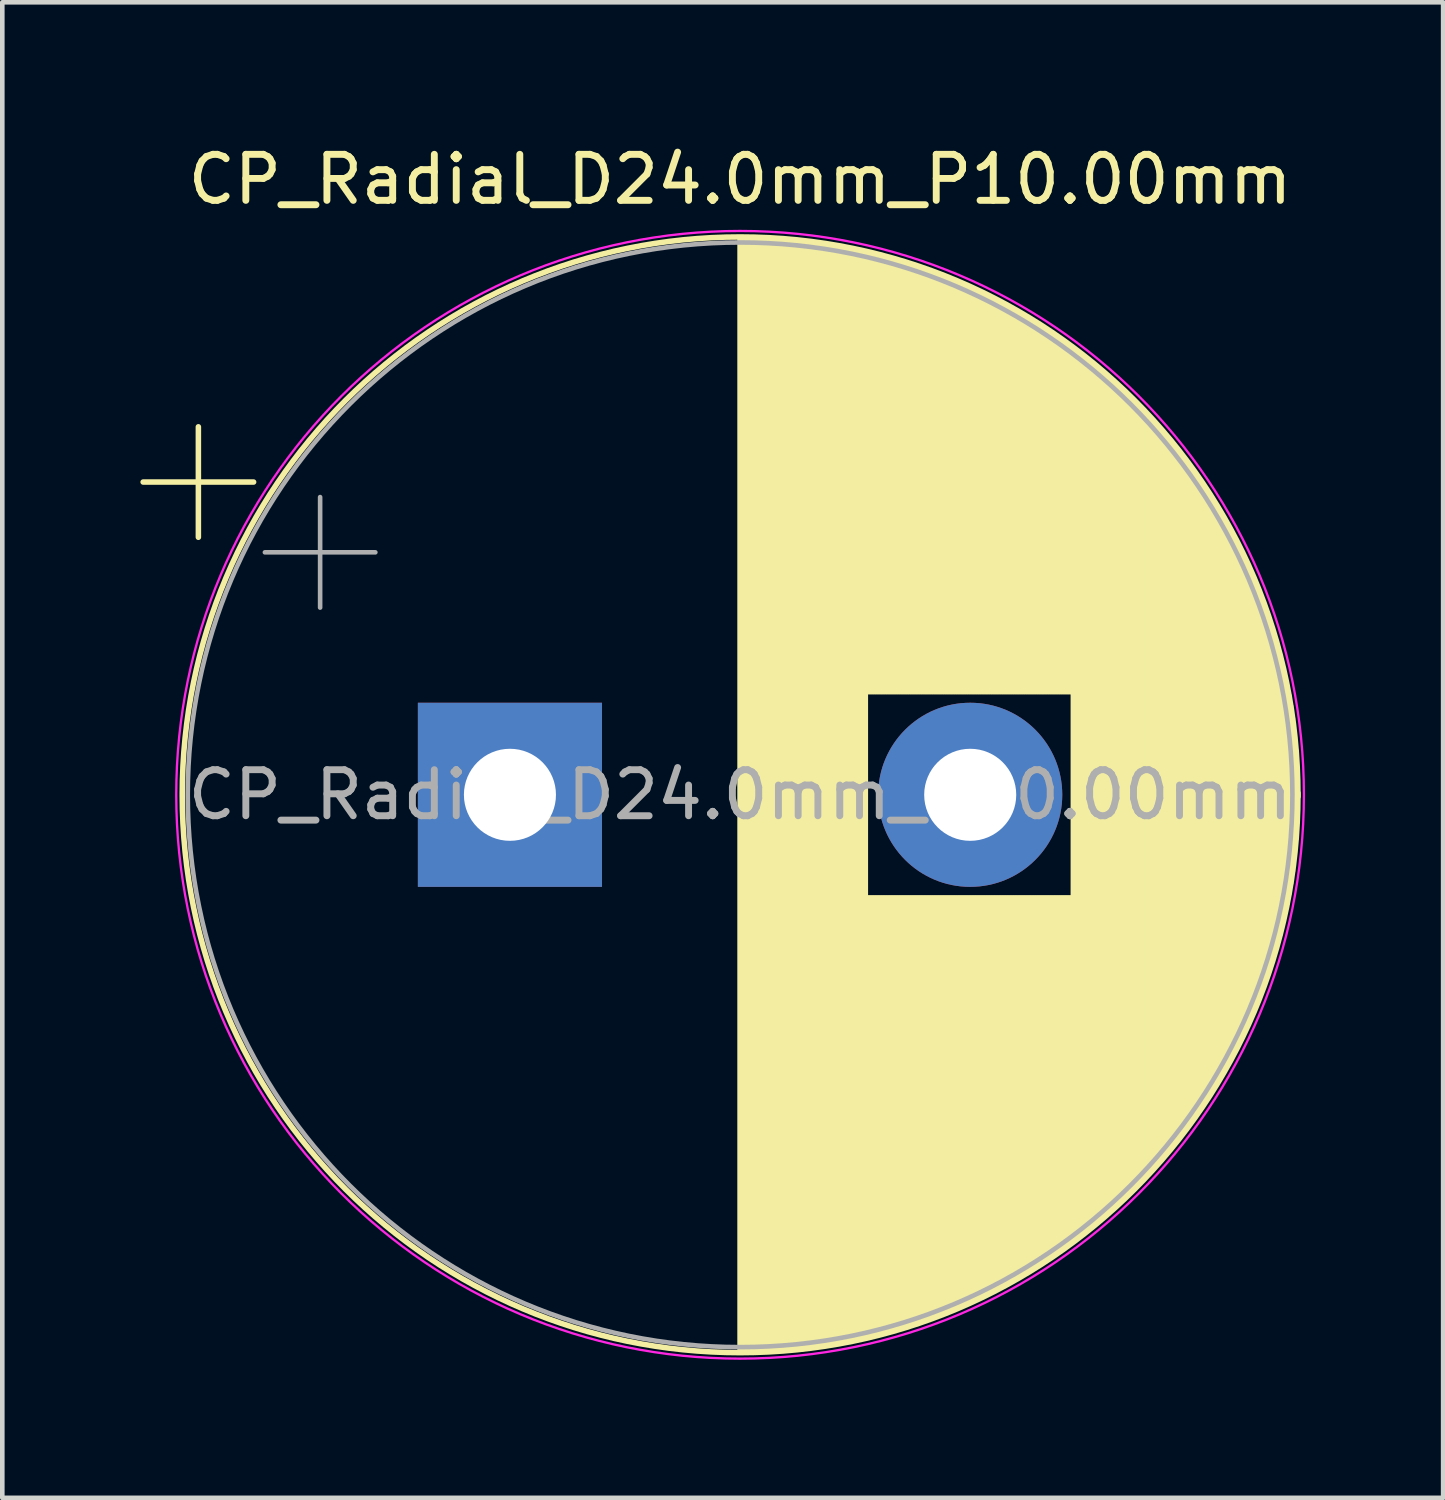
<source format=kicad_pcb>
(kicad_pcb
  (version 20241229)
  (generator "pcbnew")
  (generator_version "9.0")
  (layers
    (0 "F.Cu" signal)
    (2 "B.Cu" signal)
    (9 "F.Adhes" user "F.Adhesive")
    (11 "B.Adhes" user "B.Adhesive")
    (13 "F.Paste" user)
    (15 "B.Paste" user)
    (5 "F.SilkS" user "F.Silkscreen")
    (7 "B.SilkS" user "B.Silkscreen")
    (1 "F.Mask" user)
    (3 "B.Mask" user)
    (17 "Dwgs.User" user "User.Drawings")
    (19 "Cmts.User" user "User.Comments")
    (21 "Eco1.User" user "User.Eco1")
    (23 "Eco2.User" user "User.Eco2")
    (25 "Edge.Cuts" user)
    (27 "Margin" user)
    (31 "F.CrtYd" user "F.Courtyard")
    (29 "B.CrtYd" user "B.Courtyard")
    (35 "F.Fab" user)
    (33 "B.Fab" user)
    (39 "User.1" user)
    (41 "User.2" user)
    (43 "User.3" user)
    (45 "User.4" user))
  (footprint "CP_Radial_D24.0mm_P10.00mm"
    (layer "F.Cu")
    (at 8.029 14.218)
    (property "Reference" "CP_Radial_D24.0mm_P10.00mm" (at 5 -13.37 0) (layer "F.SilkS") (effects (font (size 1 1) (thickness 0.15))))
    (attr through_hole)
    (fp_line (start -7.969 -6.795) (end -5.569 -6.795) (stroke (width 0.12) (type solid)) (layer "F.SilkS"))
    (fp_line (start -6.769 -7.995) (end -6.769 -5.595) (stroke (width 0.12) (type solid)) (layer "F.SilkS"))
    (fp_line (start 5 -12.081) (end 5 12.081) (stroke (width 0.12) (type solid)) (layer "F.SilkS"))
    (fp_line (start 5.04 -12.08) (end 5.04 12.08) (stroke (width 0.12) (type solid)) (layer "F.SilkS"))
    (fp_line (start 5.08 -12.08) (end 5.08 12.08) (stroke (width 0.12) (type solid)) (layer "F.SilkS"))
    (fp_line (start 5.12 -12.08) (end 5.12 12.08) (stroke (width 0.12) (type solid)) (layer "F.SilkS"))
    (fp_line (start 5.16 -12.079) (end 5.16 12.079) (stroke (width 0.12) (type solid)) (layer "F.SilkS"))
    (fp_line (start 5.2 -12.079) (end 5.2 12.079) (stroke (width 0.12) (type solid)) (layer "F.SilkS"))
    (fp_line (start 5.24 -12.078) (end 5.24 12.078) (stroke (width 0.12) (type solid)) (layer "F.SilkS"))
    (fp_line (start 5.28 -12.077) (end 5.28 12.077) (stroke (width 0.12) (type solid)) (layer "F.SilkS"))
    (fp_line (start 5.32 -12.076) (end 5.32 12.076) (stroke (width 0.12) (type solid)) (layer "F.SilkS"))
    (fp_line (start 5.36 -12.075) (end 5.36 12.075) (stroke (width 0.12) (type solid)) (layer "F.SilkS"))
    (fp_line (start 5.4 -12.074) (end 5.4 12.074) (stroke (width 0.12) (type solid)) (layer "F.SilkS"))
    (fp_line (start 5.44 -12.073) (end 5.44 12.073) (stroke (width 0.12) (type solid)) (layer "F.SilkS"))
    (fp_line (start 5.48 -12.071) (end 5.48 12.071) (stroke (width 0.12) (type solid)) (layer "F.SilkS"))
    (fp_line (start 5.52 -12.069) (end 5.52 12.069) (stroke (width 0.12) (type solid)) (layer "F.SilkS"))
    (fp_line (start 5.56 -12.068) (end 5.56 12.068) (stroke (width 0.12) (type solid)) (layer "F.SilkS"))
    (fp_line (start 5.6 -12.066) (end 5.6 12.066) (stroke (width 0.12) (type solid)) (layer "F.SilkS"))
    (fp_line (start 5.64 -12.064) (end 5.64 12.064) (stroke (width 0.12) (type solid)) (layer "F.SilkS"))
    (fp_line (start 5.68 -12.061) (end 5.68 12.061) (stroke (width 0.12) (type solid)) (layer "F.SilkS"))
    (fp_line (start 5.721 -12.059) (end 5.721 12.059) (stroke (width 0.12) (type solid)) (layer "F.SilkS"))
    (fp_line (start 5.761 -12.057) (end 5.761 12.057) (stroke (width 0.12) (type solid)) (layer "F.SilkS"))
    (fp_line (start 5.801 -12.054) (end 5.801 12.054) (stroke (width 0.12) (type solid)) (layer "F.SilkS"))
    (fp_line (start 5.841 -12.051) (end 5.841 12.051) (stroke (width 0.12) (type solid)) (layer "F.SilkS"))
    (fp_line (start 5.881 -12.049) (end 5.881 12.049) (stroke (width 0.12) (type solid)) (layer "F.SilkS"))
    (fp_line (start 5.921 -12.046) (end 5.921 12.046) (stroke (width 0.12) (type solid)) (layer "F.SilkS"))
    (fp_line (start 5.961 -12.042) (end 5.961 12.042) (stroke (width 0.12) (type solid)) (layer "F.SilkS"))
    (fp_line (start 6.001 -12.039) (end 6.001 12.039) (stroke (width 0.12) (type solid)) (layer "F.SilkS"))
    (fp_line (start 6.041 -12.036) (end 6.041 12.036) (stroke (width 0.12) (type solid)) (layer "F.SilkS"))
    (fp_line (start 6.081 -12.032) (end 6.081 12.032) (stroke (width 0.12) (type solid)) (layer "F.SilkS"))
    (fp_line (start 6.121 -12.029) (end 6.121 12.029) (stroke (width 0.12) (type solid)) (layer "F.SilkS"))
    (fp_line (start 6.161 -12.025) (end 6.161 12.025) (stroke (width 0.12) (type solid)) (layer "F.SilkS"))
    (fp_line (start 6.201 -12.021) (end 6.201 12.021) (stroke (width 0.12) (type solid)) (layer "F.SilkS"))
    (fp_line (start 6.241 -12.017) (end 6.241 12.017) (stroke (width 0.12) (type solid)) (layer "F.SilkS"))
    (fp_line (start 6.281 -12.013) (end 6.281 12.013) (stroke (width 0.12) (type solid)) (layer "F.SilkS"))
    (fp_line (start 6.321 -12.008) (end 6.321 12.008) (stroke (width 0.12) (type solid)) (layer "F.SilkS"))
    (fp_line (start 6.361 -12.004) (end 6.361 12.004) (stroke (width 0.12) (type solid)) (layer "F.SilkS"))
    (fp_line (start 6.401 -11.999) (end 6.401 11.999) (stroke (width 0.12) (type solid)) (layer "F.SilkS"))
    (fp_line (start 6.441 -11.995) (end 6.441 11.995) (stroke (width 0.12) (type solid)) (layer "F.SilkS"))
    (fp_line (start 6.481 -11.99) (end 6.481 11.99) (stroke (width 0.12) (type solid)) (layer "F.SilkS"))
    (fp_line (start 6.521 -11.985) (end 6.521 11.985) (stroke (width 0.12) (type solid)) (layer "F.SilkS"))
    (fp_line (start 6.561 -11.98) (end 6.561 11.98) (stroke (width 0.12) (type solid)) (layer "F.SilkS"))
    (fp_line (start 6.601 -11.974) (end 6.601 11.974) (stroke (width 0.12) (type solid)) (layer "F.SilkS"))
    (fp_line (start 6.641 -11.969) (end 6.641 11.969) (stroke (width 0.12) (type solid)) (layer "F.SilkS"))
    (fp_line (start 6.681 -11.963) (end 6.681 11.963) (stroke (width 0.12) (type solid)) (layer "F.SilkS"))
    (fp_line (start 6.721 -11.958) (end 6.721 11.958) (stroke (width 0.12) (type solid)) (layer "F.SilkS"))
    (fp_line (start 6.761 -11.952) (end 6.761 11.952) (stroke (width 0.12) (type solid)) (layer "F.SilkS"))
    (fp_line (start 6.801 -11.946) (end 6.801 11.946) (stroke (width 0.12) (type solid)) (layer "F.SilkS"))
    (fp_line (start 6.841 -11.94) (end 6.841 11.94) (stroke (width 0.12) (type solid)) (layer "F.SilkS"))
    (fp_line (start 6.881 -11.934) (end 6.881 11.934) (stroke (width 0.12) (type solid)) (layer "F.SilkS"))
    (fp_line (start 6.921 -11.927) (end 6.921 11.927) (stroke (width 0.12) (type solid)) (layer "F.SilkS"))
    (fp_line (start 6.961 -11.921) (end 6.961 11.921) (stroke (width 0.12) (type solid)) (layer "F.SilkS"))
    (fp_line (start 7.001 -11.914) (end 7.001 11.914) (stroke (width 0.12) (type solid)) (layer "F.SilkS"))
    (fp_line (start 7.041 -11.908) (end 7.041 11.908) (stroke (width 0.12) (type solid)) (layer "F.SilkS"))
    (fp_line (start 7.081 -11.901) (end 7.081 11.901) (stroke (width 0.12) (type solid)) (layer "F.SilkS"))
    (fp_line (start 7.121 -11.894) (end 7.121 11.894) (stroke (width 0.12) (type solid)) (layer "F.SilkS"))
    (fp_line (start 7.161 -11.886) (end 7.161 11.886) (stroke (width 0.12) (type solid)) (layer "F.SilkS"))
    (fp_line (start 7.201 -11.879) (end 7.201 11.879) (stroke (width 0.12) (type solid)) (layer "F.SilkS"))
    (fp_line (start 7.241 -11.872) (end 7.241 11.872) (stroke (width 0.12) (type solid)) (layer "F.SilkS"))
    (fp_line (start 7.281 -11.864) (end 7.281 11.864) (stroke (width 0.12) (type solid)) (layer "F.SilkS"))
    (fp_line (start 7.321 -11.856) (end 7.321 11.856) (stroke (width 0.12) (type solid)) (layer "F.SilkS"))
    (fp_line (start 7.361 -11.849) (end 7.361 11.849) (stroke (width 0.12) (type solid)) (layer "F.SilkS"))
    (fp_line (start 7.401 -11.841) (end 7.401 11.841) (stroke (width 0.12) (type solid)) (layer "F.SilkS"))
    (fp_line (start 7.441 -11.832) (end 7.441 11.832) (stroke (width 0.12) (type solid)) (layer "F.SilkS"))
    (fp_line (start 7.481 -11.824) (end 7.481 11.824) (stroke (width 0.12) (type solid)) (layer "F.SilkS"))
    (fp_line (start 7.521 -11.816) (end 7.521 11.816) (stroke (width 0.12) (type solid)) (layer "F.SilkS"))
    (fp_line (start 7.561 -11.807) (end 7.561 11.807) (stroke (width 0.12) (type solid)) (layer "F.SilkS"))
    (fp_line (start 7.601 -11.798) (end 7.601 11.798) (stroke (width 0.12) (type solid)) (layer "F.SilkS"))
    (fp_line (start 7.641 -11.789) (end 7.641 11.789) (stroke (width 0.12) (type solid)) (layer "F.SilkS"))
    (fp_line (start 7.681 -11.78) (end 7.681 11.78) (stroke (width 0.12) (type solid)) (layer "F.SilkS"))
    (fp_line (start 7.721 -11.771) (end 7.721 11.771) (stroke (width 0.12) (type solid)) (layer "F.SilkS"))
    (fp_line (start 7.761 -11.762) (end 7.761 -2.24) (stroke (width 0.12) (type solid)) (layer "F.SilkS"))
    (fp_line (start 7.761 2.24) (end 7.761 11.762) (stroke (width 0.12) (type solid)) (layer "F.SilkS"))
    (fp_line (start 7.801 -11.753) (end 7.801 -2.24) (stroke (width 0.12) (type solid)) (layer "F.SilkS"))
    (fp_line (start 7.801 2.24) (end 7.801 11.753) (stroke (width 0.12) (type solid)) (layer "F.SilkS"))
    (fp_line (start 7.841 -11.743) (end 7.841 -2.24) (stroke (width 0.12) (type solid)) (layer "F.SilkS"))
    (fp_line (start 7.841 2.24) (end 7.841 11.743) (stroke (width 0.12) (type solid)) (layer "F.SilkS"))
    (fp_line (start 7.881 -11.733) (end 7.881 -2.24) (stroke (width 0.12) (type solid)) (layer "F.SilkS"))
    (fp_line (start 7.881 2.24) (end 7.881 11.733) (stroke (width 0.12) (type solid)) (layer "F.SilkS"))
    (fp_line (start 7.921 -11.723) (end 7.921 -2.24) (stroke (width 0.12) (type solid)) (layer "F.SilkS"))
    (fp_line (start 7.921 2.24) (end 7.921 11.723) (stroke (width 0.12) (type solid)) (layer "F.SilkS"))
    (fp_line (start 7.961 -11.713) (end 7.961 -2.24) (stroke (width 0.12) (type solid)) (layer "F.SilkS"))
    (fp_line (start 7.961 2.24) (end 7.961 11.713) (stroke (width 0.12) (type solid)) (layer "F.SilkS"))
    (fp_line (start 8.001 -11.703) (end 8.001 -2.24) (stroke (width 0.12) (type solid)) (layer "F.SilkS"))
    (fp_line (start 8.001 2.24) (end 8.001 11.703) (stroke (width 0.12) (type solid)) (layer "F.SilkS"))
    (fp_line (start 8.041 -11.693) (end 8.041 -2.24) (stroke (width 0.12) (type solid)) (layer "F.SilkS"))
    (fp_line (start 8.041 2.24) (end 8.041 11.693) (stroke (width 0.12) (type solid)) (layer "F.SilkS"))
    (fp_line (start 8.081 -11.683) (end 8.081 -2.24) (stroke (width 0.12) (type solid)) (layer "F.SilkS"))
    (fp_line (start 8.081 2.24) (end 8.081 11.683) (stroke (width 0.12) (type solid)) (layer "F.SilkS"))
    (fp_line (start 8.121 -11.672) (end 8.121 -2.24) (stroke (width 0.12) (type solid)) (layer "F.SilkS"))
    (fp_line (start 8.121 2.24) (end 8.121 11.672) (stroke (width 0.12) (type solid)) (layer "F.SilkS"))
    (fp_line (start 8.161 -11.661) (end 8.161 -2.24) (stroke (width 0.12) (type solid)) (layer "F.SilkS"))
    (fp_line (start 8.161 2.24) (end 8.161 11.661) (stroke (width 0.12) (type solid)) (layer "F.SilkS"))
    (fp_line (start 8.201 -11.65) (end 8.201 -2.24) (stroke (width 0.12) (type solid)) (layer "F.SilkS"))
    (fp_line (start 8.201 2.24) (end 8.201 11.65) (stroke (width 0.12) (type solid)) (layer "F.SilkS"))
    (fp_line (start 8.241 -11.639) (end 8.241 -2.24) (stroke (width 0.12) (type solid)) (layer "F.SilkS"))
    (fp_line (start 8.241 2.24) (end 8.241 11.639) (stroke (width 0.12) (type solid)) (layer "F.SilkS"))
    (fp_line (start 8.281 -11.628) (end 8.281 -2.24) (stroke (width 0.12) (type solid)) (layer "F.SilkS"))
    (fp_line (start 8.281 2.24) (end 8.281 11.628) (stroke (width 0.12) (type solid)) (layer "F.SilkS"))
    (fp_line (start 8.321 -11.617) (end 8.321 -2.24) (stroke (width 0.12) (type solid)) (layer "F.SilkS"))
    (fp_line (start 8.321 2.24) (end 8.321 11.617) (stroke (width 0.12) (type solid)) (layer "F.SilkS"))
    (fp_line (start 8.361 -11.605) (end 8.361 -2.24) (stroke (width 0.12) (type solid)) (layer "F.SilkS"))
    (fp_line (start 8.361 2.24) (end 8.361 11.605) (stroke (width 0.12) (type solid)) (layer "F.SilkS"))
    (fp_line (start 8.401 -11.594) (end 8.401 -2.24) (stroke (width 0.12) (type solid)) (layer "F.SilkS"))
    (fp_line (start 8.401 2.24) (end 8.401 11.594) (stroke (width 0.12) (type solid)) (layer "F.SilkS"))
    (fp_line (start 8.441 -11.582) (end 8.441 -2.24) (stroke (width 0.12) (type solid)) (layer "F.SilkS"))
    (fp_line (start 8.441 2.24) (end 8.441 11.582) (stroke (width 0.12) (type solid)) (layer "F.SilkS"))
    (fp_line (start 8.481 -11.57) (end 8.481 -2.24) (stroke (width 0.12) (type solid)) (layer "F.SilkS"))
    (fp_line (start 8.481 2.24) (end 8.481 11.57) (stroke (width 0.12) (type solid)) (layer "F.SilkS"))
    (fp_line (start 8.521 -11.558) (end 8.521 -2.24) (stroke (width 0.12) (type solid)) (layer "F.SilkS"))
    (fp_line (start 8.521 2.24) (end 8.521 11.558) (stroke (width 0.12) (type solid)) (layer "F.SilkS"))
    (fp_line (start 8.561 -11.546) (end 8.561 -2.24) (stroke (width 0.12) (type solid)) (layer "F.SilkS"))
    (fp_line (start 8.561 2.24) (end 8.561 11.546) (stroke (width 0.12) (type solid)) (layer "F.SilkS"))
    (fp_line (start 8.601 -11.534) (end 8.601 -2.24) (stroke (width 0.12) (type solid)) (layer "F.SilkS"))
    (fp_line (start 8.601 2.24) (end 8.601 11.534) (stroke (width 0.12) (type solid)) (layer "F.SilkS"))
    (fp_line (start 8.641 -11.521) (end 8.641 -2.24) (stroke (width 0.12) (type solid)) (layer "F.SilkS"))
    (fp_line (start 8.641 2.24) (end 8.641 11.521) (stroke (width 0.12) (type solid)) (layer "F.SilkS"))
    (fp_line (start 8.681 -11.508) (end 8.681 -2.24) (stroke (width 0.12) (type solid)) (layer "F.SilkS"))
    (fp_line (start 8.681 2.24) (end 8.681 11.508) (stroke (width 0.12) (type solid)) (layer "F.SilkS"))
    (fp_line (start 8.721 -11.495) (end 8.721 -2.24) (stroke (width 0.12) (type solid)) (layer "F.SilkS"))
    (fp_line (start 8.721 2.24) (end 8.721 11.495) (stroke (width 0.12) (type solid)) (layer "F.SilkS"))
    (fp_line (start 8.761 -11.483) (end 8.761 -2.24) (stroke (width 0.12) (type solid)) (layer "F.SilkS"))
    (fp_line (start 8.761 2.24) (end 8.761 11.483) (stroke (width 0.12) (type solid)) (layer "F.SilkS"))
    (fp_line (start 8.801 -11.469) (end 8.801 -2.24) (stroke (width 0.12) (type solid)) (layer "F.SilkS"))
    (fp_line (start 8.801 2.24) (end 8.801 11.469) (stroke (width 0.12) (type solid)) (layer "F.SilkS"))
    (fp_line (start 8.841 -11.456) (end 8.841 -2.24) (stroke (width 0.12) (type solid)) (layer "F.SilkS"))
    (fp_line (start 8.841 2.24) (end 8.841 11.456) (stroke (width 0.12) (type solid)) (layer "F.SilkS"))
    (fp_line (start 8.881 -11.443) (end 8.881 -2.24) (stroke (width 0.12) (type solid)) (layer "F.SilkS"))
    (fp_line (start 8.881 2.24) (end 8.881 11.443) (stroke (width 0.12) (type solid)) (layer "F.SilkS"))
    (fp_line (start 8.921 -11.429) (end 8.921 -2.24) (stroke (width 0.12) (type solid)) (layer "F.SilkS"))
    (fp_line (start 8.921 2.24) (end 8.921 11.429) (stroke (width 0.12) (type solid)) (layer "F.SilkS"))
    (fp_line (start 8.961 -11.415) (end 8.961 -2.24) (stroke (width 0.12) (type solid)) (layer "F.SilkS"))
    (fp_line (start 8.961 2.24) (end 8.961 11.415) (stroke (width 0.12) (type solid)) (layer "F.SilkS"))
    (fp_line (start 9.001 -11.401) (end 9.001 -2.24) (stroke (width 0.12) (type solid)) (layer "F.SilkS"))
    (fp_line (start 9.001 2.24) (end 9.001 11.401) (stroke (width 0.12) (type solid)) (layer "F.SilkS"))
    (fp_line (start 9.041 -11.387) (end 9.041 -2.24) (stroke (width 0.12) (type solid)) (layer "F.SilkS"))
    (fp_line (start 9.041 2.24) (end 9.041 11.387) (stroke (width 0.12) (type solid)) (layer "F.SilkS"))
    (fp_line (start 9.081 -11.373) (end 9.081 -2.24) (stroke (width 0.12) (type solid)) (layer "F.SilkS"))
    (fp_line (start 9.081 2.24) (end 9.081 11.373) (stroke (width 0.12) (type solid)) (layer "F.SilkS"))
    (fp_line (start 9.121 -11.359) (end 9.121 -2.24) (stroke (width 0.12) (type solid)) (layer "F.SilkS"))
    (fp_line (start 9.121 2.24) (end 9.121 11.359) (stroke (width 0.12) (type solid)) (layer "F.SilkS"))
    (fp_line (start 9.161 -11.344) (end 9.161 -2.24) (stroke (width 0.12) (type solid)) (layer "F.SilkS"))
    (fp_line (start 9.161 2.24) (end 9.161 11.344) (stroke (width 0.12) (type solid)) (layer "F.SilkS"))
    (fp_line (start 9.201 -11.33) (end 9.201 -2.24) (stroke (width 0.12) (type solid)) (layer "F.SilkS"))
    (fp_line (start 9.201 2.24) (end 9.201 11.33) (stroke (width 0.12) (type solid)) (layer "F.SilkS"))
    (fp_line (start 9.241 -11.315) (end 9.241 -2.24) (stroke (width 0.12) (type solid)) (layer "F.SilkS"))
    (fp_line (start 9.241 2.24) (end 9.241 11.315) (stroke (width 0.12) (type solid)) (layer "F.SilkS"))
    (fp_line (start 9.281 -11.3) (end 9.281 -2.24) (stroke (width 0.12) (type solid)) (layer "F.SilkS"))
    (fp_line (start 9.281 2.24) (end 9.281 11.3) (stroke (width 0.12) (type solid)) (layer "F.SilkS"))
    (fp_line (start 9.321 -11.284) (end 9.321 -2.24) (stroke (width 0.12) (type solid)) (layer "F.SilkS"))
    (fp_line (start 9.321 2.24) (end 9.321 11.284) (stroke (width 0.12) (type solid)) (layer "F.SilkS"))
    (fp_line (start 9.361 -11.269) (end 9.361 -2.24) (stroke (width 0.12) (type solid)) (layer "F.SilkS"))
    (fp_line (start 9.361 2.24) (end 9.361 11.269) (stroke (width 0.12) (type solid)) (layer "F.SilkS"))
    (fp_line (start 9.401 -11.254) (end 9.401 -2.24) (stroke (width 0.12) (type solid)) (layer "F.SilkS"))
    (fp_line (start 9.401 2.24) (end 9.401 11.254) (stroke (width 0.12) (type solid)) (layer "F.SilkS"))
    (fp_line (start 9.441 -11.238) (end 9.441 -2.24) (stroke (width 0.12) (type solid)) (layer "F.SilkS"))
    (fp_line (start 9.441 2.24) (end 9.441 11.238) (stroke (width 0.12) (type solid)) (layer "F.SilkS"))
    (fp_line (start 9.481 -11.222) (end 9.481 -2.24) (stroke (width 0.12) (type solid)) (layer "F.SilkS"))
    (fp_line (start 9.481 2.24) (end 9.481 11.222) (stroke (width 0.12) (type solid)) (layer "F.SilkS"))
    (fp_line (start 9.521 -11.206) (end 9.521 -2.24) (stroke (width 0.12) (type solid)) (layer "F.SilkS"))
    (fp_line (start 9.521 2.24) (end 9.521 11.206) (stroke (width 0.12) (type solid)) (layer "F.SilkS"))
    (fp_line (start 9.561 -11.19) (end 9.561 -2.24) (stroke (width 0.12) (type solid)) (layer "F.SilkS"))
    (fp_line (start 9.561 2.24) (end 9.561 11.19) (stroke (width 0.12) (type solid)) (layer "F.SilkS"))
    (fp_line (start 9.601 -11.174) (end 9.601 -2.24) (stroke (width 0.12) (type solid)) (layer "F.SilkS"))
    (fp_line (start 9.601 2.24) (end 9.601 11.174) (stroke (width 0.12) (type solid)) (layer "F.SilkS"))
    (fp_line (start 9.641 -11.157) (end 9.641 -2.24) (stroke (width 0.12) (type solid)) (layer "F.SilkS"))
    (fp_line (start 9.641 2.24) (end 9.641 11.157) (stroke (width 0.12) (type solid)) (layer "F.SilkS"))
    (fp_line (start 9.681 -11.14) (end 9.681 -2.24) (stroke (width 0.12) (type solid)) (layer "F.SilkS"))
    (fp_line (start 9.681 2.24) (end 9.681 11.14) (stroke (width 0.12) (type solid)) (layer "F.SilkS"))
    (fp_line (start 9.721 -11.124) (end 9.721 -2.24) (stroke (width 0.12) (type solid)) (layer "F.SilkS"))
    (fp_line (start 9.721 2.24) (end 9.721 11.124) (stroke (width 0.12) (type solid)) (layer "F.SilkS"))
    (fp_line (start 9.761 -11.107) (end 9.761 -2.24) (stroke (width 0.12) (type solid)) (layer "F.SilkS"))
    (fp_line (start 9.761 2.24) (end 9.761 11.107) (stroke (width 0.12) (type solid)) (layer "F.SilkS"))
    (fp_line (start 9.801 -11.089) (end 9.801 -2.24) (stroke (width 0.12) (type solid)) (layer "F.SilkS"))
    (fp_line (start 9.801 2.24) (end 9.801 11.089) (stroke (width 0.12) (type solid)) (layer "F.SilkS"))
    (fp_line (start 9.841 -11.072) (end 9.841 -2.24) (stroke (width 0.12) (type solid)) (layer "F.SilkS"))
    (fp_line (start 9.841 2.24) (end 9.841 11.072) (stroke (width 0.12) (type solid)) (layer "F.SilkS"))
    (fp_line (start 9.881 -11.055) (end 9.881 -2.24) (stroke (width 0.12) (type solid)) (layer "F.SilkS"))
    (fp_line (start 9.881 2.24) (end 9.881 11.055) (stroke (width 0.12) (type solid)) (layer "F.SilkS"))
    (fp_line (start 9.921 -11.037) (end 9.921 -2.24) (stroke (width 0.12) (type solid)) (layer "F.SilkS"))
    (fp_line (start 9.921 2.24) (end 9.921 11.037) (stroke (width 0.12) (type solid)) (layer "F.SilkS"))
    (fp_line (start 9.961 -11.019) (end 9.961 -2.24) (stroke (width 0.12) (type solid)) (layer "F.SilkS"))
    (fp_line (start 9.961 2.24) (end 9.961 11.019) (stroke (width 0.12) (type solid)) (layer "F.SilkS"))
    (fp_line (start 10.001 -11.001) (end 10.001 -2.24) (stroke (width 0.12) (type solid)) (layer "F.SilkS"))
    (fp_line (start 10.001 2.24) (end 10.001 11.001) (stroke (width 0.12) (type solid)) (layer "F.SilkS"))
    (fp_line (start 10.041 -10.983) (end 10.041 -2.24) (stroke (width 0.12) (type solid)) (layer "F.SilkS"))
    (fp_line (start 10.041 2.24) (end 10.041 10.983) (stroke (width 0.12) (type solid)) (layer "F.SilkS"))
    (fp_line (start 10.081 -10.964) (end 10.081 -2.24) (stroke (width 0.12) (type solid)) (layer "F.SilkS"))
    (fp_line (start 10.081 2.24) (end 10.081 10.964) (stroke (width 0.12) (type solid)) (layer "F.SilkS"))
    (fp_line (start 10.121 -10.946) (end 10.121 -2.24) (stroke (width 0.12) (type solid)) (layer "F.SilkS"))
    (fp_line (start 10.121 2.24) (end 10.121 10.946) (stroke (width 0.12) (type solid)) (layer "F.SilkS"))
    (fp_line (start 10.161 -10.927) (end 10.161 -2.24) (stroke (width 0.12) (type solid)) (layer "F.SilkS"))
    (fp_line (start 10.161 2.24) (end 10.161 10.927) (stroke (width 0.12) (type solid)) (layer "F.SilkS"))
    (fp_line (start 10.201 -10.908) (end 10.201 -2.24) (stroke (width 0.12) (type solid)) (layer "F.SilkS"))
    (fp_line (start 10.201 2.24) (end 10.201 10.908) (stroke (width 0.12) (type solid)) (layer "F.SilkS"))
    (fp_line (start 10.241 -10.889) (end 10.241 -2.24) (stroke (width 0.12) (type solid)) (layer "F.SilkS"))
    (fp_line (start 10.241 2.24) (end 10.241 10.889) (stroke (width 0.12) (type solid)) (layer "F.SilkS"))
    (fp_line (start 10.281 -10.87) (end 10.281 -2.24) (stroke (width 0.12) (type solid)) (layer "F.SilkS"))
    (fp_line (start 10.281 2.24) (end 10.281 10.87) (stroke (width 0.12) (type solid)) (layer "F.SilkS"))
    (fp_line (start 10.321 -10.85) (end 10.321 -2.24) (stroke (width 0.12) (type solid)) (layer "F.SilkS"))
    (fp_line (start 10.321 2.24) (end 10.321 10.85) (stroke (width 0.12) (type solid)) (layer "F.SilkS"))
    (fp_line (start 10.361 -10.831) (end 10.361 -2.24) (stroke (width 0.12) (type solid)) (layer "F.SilkS"))
    (fp_line (start 10.361 2.24) (end 10.361 10.831) (stroke (width 0.12) (type solid)) (layer "F.SilkS"))
    (fp_line (start 10.401 -10.811) (end 10.401 -2.24) (stroke (width 0.12) (type solid)) (layer "F.SilkS"))
    (fp_line (start 10.401 2.24) (end 10.401 10.811) (stroke (width 0.12) (type solid)) (layer "F.SilkS"))
    (fp_line (start 10.441 -10.791) (end 10.441 -2.24) (stroke (width 0.12) (type solid)) (layer "F.SilkS"))
    (fp_line (start 10.441 2.24) (end 10.441 10.791) (stroke (width 0.12) (type solid)) (layer "F.SilkS"))
    (fp_line (start 10.481 -10.771) (end 10.481 -2.24) (stroke (width 0.12) (type solid)) (layer "F.SilkS"))
    (fp_line (start 10.481 2.24) (end 10.481 10.771) (stroke (width 0.12) (type solid)) (layer "F.SilkS"))
    (fp_line (start 10.521 -10.75) (end 10.521 -2.24) (stroke (width 0.12) (type solid)) (layer "F.SilkS"))
    (fp_line (start 10.521 2.24) (end 10.521 10.75) (stroke (width 0.12) (type solid)) (layer "F.SilkS"))
    (fp_line (start 10.561 -10.73) (end 10.561 -2.24) (stroke (width 0.12) (type solid)) (layer "F.SilkS"))
    (fp_line (start 10.561 2.24) (end 10.561 10.73) (stroke (width 0.12) (type solid)) (layer "F.SilkS"))
    (fp_line (start 10.601 -10.709) (end 10.601 -2.24) (stroke (width 0.12) (type solid)) (layer "F.SilkS"))
    (fp_line (start 10.601 2.24) (end 10.601 10.709) (stroke (width 0.12) (type solid)) (layer "F.SilkS"))
    (fp_line (start 10.641 -10.688) (end 10.641 -2.24) (stroke (width 0.12) (type solid)) (layer "F.SilkS"))
    (fp_line (start 10.641 2.24) (end 10.641 10.688) (stroke (width 0.12) (type solid)) (layer "F.SilkS"))
    (fp_line (start 10.681 -10.667) (end 10.681 -2.24) (stroke (width 0.12) (type solid)) (layer "F.SilkS"))
    (fp_line (start 10.681 2.24) (end 10.681 10.667) (stroke (width 0.12) (type solid)) (layer "F.SilkS"))
    (fp_line (start 10.721 -10.646) (end 10.721 -2.24) (stroke (width 0.12) (type solid)) (layer "F.SilkS"))
    (fp_line (start 10.721 2.24) (end 10.721 10.646) (stroke (width 0.12) (type solid)) (layer "F.SilkS"))
    (fp_line (start 10.761 -10.624) (end 10.761 -2.24) (stroke (width 0.12) (type solid)) (layer "F.SilkS"))
    (fp_line (start 10.761 2.24) (end 10.761 10.624) (stroke (width 0.12) (type solid)) (layer "F.SilkS"))
    (fp_line (start 10.801 -10.603) (end 10.801 -2.24) (stroke (width 0.12) (type solid)) (layer "F.SilkS"))
    (fp_line (start 10.801 2.24) (end 10.801 10.603) (stroke (width 0.12) (type solid)) (layer "F.SilkS"))
    (fp_line (start 10.841 -10.581) (end 10.841 -2.24) (stroke (width 0.12) (type solid)) (layer "F.SilkS"))
    (fp_line (start 10.841 2.24) (end 10.841 10.581) (stroke (width 0.12) (type solid)) (layer "F.SilkS"))
    (fp_line (start 10.881 -10.559) (end 10.881 -2.24) (stroke (width 0.12) (type solid)) (layer "F.SilkS"))
    (fp_line (start 10.881 2.24) (end 10.881 10.559) (stroke (width 0.12) (type solid)) (layer "F.SilkS"))
    (fp_line (start 10.921 -10.536) (end 10.921 -2.24) (stroke (width 0.12) (type solid)) (layer "F.SilkS"))
    (fp_line (start 10.921 2.24) (end 10.921 10.536) (stroke (width 0.12) (type solid)) (layer "F.SilkS"))
    (fp_line (start 10.961 -10.514) (end 10.961 -2.24) (stroke (width 0.12) (type solid)) (layer "F.SilkS"))
    (fp_line (start 10.961 2.24) (end 10.961 10.514) (stroke (width 0.12) (type solid)) (layer "F.SilkS"))
    (fp_line (start 11.001 -10.491) (end 11.001 -2.24) (stroke (width 0.12) (type solid)) (layer "F.SilkS"))
    (fp_line (start 11.001 2.24) (end 11.001 10.491) (stroke (width 0.12) (type solid)) (layer "F.SilkS"))
    (fp_line (start 11.041 -10.468) (end 11.041 -2.24) (stroke (width 0.12) (type solid)) (layer "F.SilkS"))
    (fp_line (start 11.041 2.24) (end 11.041 10.468) (stroke (width 0.12) (type solid)) (layer "F.SilkS"))
    (fp_line (start 11.081 -10.445) (end 11.081 -2.24) (stroke (width 0.12) (type solid)) (layer "F.SilkS"))
    (fp_line (start 11.081 2.24) (end 11.081 10.445) (stroke (width 0.12) (type solid)) (layer "F.SilkS"))
    (fp_line (start 11.121 -10.422) (end 11.121 -2.24) (stroke (width 0.12) (type solid)) (layer "F.SilkS"))
    (fp_line (start 11.121 2.24) (end 11.121 10.422) (stroke (width 0.12) (type solid)) (layer "F.SilkS"))
    (fp_line (start 11.161 -10.398) (end 11.161 -2.24) (stroke (width 0.12) (type solid)) (layer "F.SilkS"))
    (fp_line (start 11.161 2.24) (end 11.161 10.398) (stroke (width 0.12) (type solid)) (layer "F.SilkS"))
    (fp_line (start 11.201 -10.375) (end 11.201 -2.24) (stroke (width 0.12) (type solid)) (layer "F.SilkS"))
    (fp_line (start 11.201 2.24) (end 11.201 10.375) (stroke (width 0.12) (type solid)) (layer "F.SilkS"))
    (fp_line (start 11.241 -10.351) (end 11.241 -2.24) (stroke (width 0.12) (type solid)) (layer "F.SilkS"))
    (fp_line (start 11.241 2.24) (end 11.241 10.351) (stroke (width 0.12) (type solid)) (layer "F.SilkS"))
    (fp_line (start 11.281 -10.327) (end 11.281 -2.24) (stroke (width 0.12) (type solid)) (layer "F.SilkS"))
    (fp_line (start 11.281 2.24) (end 11.281 10.327) (stroke (width 0.12) (type solid)) (layer "F.SilkS"))
    (fp_line (start 11.321 -10.302) (end 11.321 -2.24) (stroke (width 0.12) (type solid)) (layer "F.SilkS"))
    (fp_line (start 11.321 2.24) (end 11.321 10.302) (stroke (width 0.12) (type solid)) (layer "F.SilkS"))
    (fp_line (start 11.361 -10.278) (end 11.361 -2.24) (stroke (width 0.12) (type solid)) (layer "F.SilkS"))
    (fp_line (start 11.361 2.24) (end 11.361 10.278) (stroke (width 0.12) (type solid)) (layer "F.SilkS"))
    (fp_line (start 11.401 -10.253) (end 11.401 -2.24) (stroke (width 0.12) (type solid)) (layer "F.SilkS"))
    (fp_line (start 11.401 2.24) (end 11.401 10.253) (stroke (width 0.12) (type solid)) (layer "F.SilkS"))
    (fp_line (start 11.441 -10.228) (end 11.441 -2.24) (stroke (width 0.12) (type solid)) (layer "F.SilkS"))
    (fp_line (start 11.441 2.24) (end 11.441 10.228) (stroke (width 0.12) (type solid)) (layer "F.SilkS"))
    (fp_line (start 11.481 -10.203) (end 11.481 -2.24) (stroke (width 0.12) (type solid)) (layer "F.SilkS"))
    (fp_line (start 11.481 2.24) (end 11.481 10.203) (stroke (width 0.12) (type solid)) (layer "F.SilkS"))
    (fp_line (start 11.521 -10.177) (end 11.521 -2.24) (stroke (width 0.12) (type solid)) (layer "F.SilkS"))
    (fp_line (start 11.521 2.24) (end 11.521 10.177) (stroke (width 0.12) (type solid)) (layer "F.SilkS"))
    (fp_line (start 11.561 -10.152) (end 11.561 -2.24) (stroke (width 0.12) (type solid)) (layer "F.SilkS"))
    (fp_line (start 11.561 2.24) (end 11.561 10.152) (stroke (width 0.12) (type solid)) (layer "F.SilkS"))
    (fp_line (start 11.601 -10.126) (end 11.601 -2.24) (stroke (width 0.12) (type solid)) (layer "F.SilkS"))
    (fp_line (start 11.601 2.24) (end 11.601 10.126) (stroke (width 0.12) (type solid)) (layer "F.SilkS"))
    (fp_line (start 11.641 -10.1) (end 11.641 -2.24) (stroke (width 0.12) (type solid)) (layer "F.SilkS"))
    (fp_line (start 11.641 2.24) (end 11.641 10.1) (stroke (width 0.12) (type solid)) (layer "F.SilkS"))
    (fp_line (start 11.681 -10.073) (end 11.681 -2.24) (stroke (width 0.12) (type solid)) (layer "F.SilkS"))
    (fp_line (start 11.681 2.24) (end 11.681 10.073) (stroke (width 0.12) (type solid)) (layer "F.SilkS"))
    (fp_line (start 11.721 -10.047) (end 11.721 -2.24) (stroke (width 0.12) (type solid)) (layer "F.SilkS"))
    (fp_line (start 11.721 2.24) (end 11.721 10.047) (stroke (width 0.12) (type solid)) (layer "F.SilkS"))
    (fp_line (start 11.761 -10.02) (end 11.761 -2.24) (stroke (width 0.12) (type solid)) (layer "F.SilkS"))
    (fp_line (start 11.761 2.24) (end 11.761 10.02) (stroke (width 0.12) (type solid)) (layer "F.SilkS"))
    (fp_line (start 11.801 -9.993) (end 11.801 -2.24) (stroke (width 0.12) (type solid)) (layer "F.SilkS"))
    (fp_line (start 11.801 2.24) (end 11.801 9.993) (stroke (width 0.12) (type solid)) (layer "F.SilkS"))
    (fp_line (start 11.841 -9.966) (end 11.841 -2.24) (stroke (width 0.12) (type solid)) (layer "F.SilkS"))
    (fp_line (start 11.841 2.24) (end 11.841 9.966) (stroke (width 0.12) (type solid)) (layer "F.SilkS"))
    (fp_line (start 11.881 -9.938) (end 11.881 -2.24) (stroke (width 0.12) (type solid)) (layer "F.SilkS"))
    (fp_line (start 11.881 2.24) (end 11.881 9.938) (stroke (width 0.12) (type solid)) (layer "F.SilkS"))
    (fp_line (start 11.921 -9.911) (end 11.921 -2.24) (stroke (width 0.12) (type solid)) (layer "F.SilkS"))
    (fp_line (start 11.921 2.24) (end 11.921 9.911) (stroke (width 0.12) (type solid)) (layer "F.SilkS"))
    (fp_line (start 11.961 -9.883) (end 11.961 -2.24) (stroke (width 0.12) (type solid)) (layer "F.SilkS"))
    (fp_line (start 11.961 2.24) (end 11.961 9.883) (stroke (width 0.12) (type solid)) (layer "F.SilkS"))
    (fp_line (start 12.001 -9.855) (end 12.001 -2.24) (stroke (width 0.12) (type solid)) (layer "F.SilkS"))
    (fp_line (start 12.001 2.24) (end 12.001 9.855) (stroke (width 0.12) (type solid)) (layer "F.SilkS"))
    (fp_line (start 12.041 -9.826) (end 12.041 -2.24) (stroke (width 0.12) (type solid)) (layer "F.SilkS"))
    (fp_line (start 12.041 2.24) (end 12.041 9.826) (stroke (width 0.12) (type solid)) (layer "F.SilkS"))
    (fp_line (start 12.081 -9.798) (end 12.081 -2.24) (stroke (width 0.12) (type solid)) (layer "F.SilkS"))
    (fp_line (start 12.081 2.24) (end 12.081 9.798) (stroke (width 0.12) (type solid)) (layer "F.SilkS"))
    (fp_line (start 12.121 -9.769) (end 12.121 -2.24) (stroke (width 0.12) (type solid)) (layer "F.SilkS"))
    (fp_line (start 12.121 2.24) (end 12.121 9.769) (stroke (width 0.12) (type solid)) (layer "F.SilkS"))
    (fp_line (start 12.161 -9.739) (end 12.161 -2.24) (stroke (width 0.12) (type solid)) (layer "F.SilkS"))
    (fp_line (start 12.161 2.24) (end 12.161 9.739) (stroke (width 0.12) (type solid)) (layer "F.SilkS"))
    (fp_line (start 12.201 -9.71) (end 12.201 -2.24) (stroke (width 0.12) (type solid)) (layer "F.SilkS"))
    (fp_line (start 12.201 2.24) (end 12.201 9.71) (stroke (width 0.12) (type solid)) (layer "F.SilkS"))
    (fp_line (start 12.241 -9.68) (end 12.241 9.68) (stroke (width 0.12) (type solid)) (layer "F.SilkS"))
    (fp_line (start 12.281 -9.65) (end 12.281 9.65) (stroke (width 0.12) (type solid)) (layer "F.SilkS"))
    (fp_line (start 12.321 -9.62) (end 12.321 9.62) (stroke (width 0.12) (type solid)) (layer "F.SilkS"))
    (fp_line (start 12.361 -9.59) (end 12.361 9.59) (stroke (width 0.12) (type solid)) (layer "F.SilkS"))
    (fp_line (start 12.401 -9.559) (end 12.401 9.559) (stroke (width 0.12) (type solid)) (layer "F.SilkS"))
    (fp_line (start 12.441 -9.528) (end 12.441 9.528) (stroke (width 0.12) (type solid)) (layer "F.SilkS"))
    (fp_line (start 12.481 -9.497) (end 12.481 9.497) (stroke (width 0.12) (type solid)) (layer "F.SilkS"))
    (fp_line (start 12.521 -9.465) (end 12.521 9.465) (stroke (width 0.12) (type solid)) (layer "F.SilkS"))
    (fp_line (start 12.561 -9.434) (end 12.561 9.434) (stroke (width 0.12) (type solid)) (layer "F.SilkS"))
    (fp_line (start 12.601 -9.402) (end 12.601 9.402) (stroke (width 0.12) (type solid)) (layer "F.SilkS"))
    (fp_line (start 12.641 -9.369) (end 12.641 9.369) (stroke (width 0.12) (type solid)) (layer "F.SilkS"))
    (fp_line (start 12.681 -9.337) (end 12.681 9.337) (stroke (width 0.12) (type solid)) (layer "F.SilkS"))
    (fp_line (start 12.721 -9.304) (end 12.721 9.304) (stroke (width 0.12) (type solid)) (layer "F.SilkS"))
    (fp_line (start 12.761 -9.271) (end 12.761 9.271) (stroke (width 0.12) (type solid)) (layer "F.SilkS"))
    (fp_line (start 12.801 -9.237) (end 12.801 9.237) (stroke (width 0.12) (type solid)) (layer "F.SilkS"))
    (fp_line (start 12.841 -9.203) (end 12.841 9.203) (stroke (width 0.12) (type solid)) (layer "F.SilkS"))
    (fp_line (start 12.881 -9.169) (end 12.881 9.169) (stroke (width 0.12) (type solid)) (layer "F.SilkS"))
    (fp_line (start 12.921 -9.135) (end 12.921 9.135) (stroke (width 0.12) (type solid)) (layer "F.SilkS"))
    (fp_line (start 12.961 -9.1) (end 12.961 9.1) (stroke (width 0.12) (type solid)) (layer "F.SilkS"))
    (fp_line (start 13.001 -9.065) (end 13.001 9.065) (stroke (width 0.12) (type solid)) (layer "F.SilkS"))
    (fp_line (start 13.041 -9.03) (end 13.041 9.03) (stroke (width 0.12) (type solid)) (layer "F.SilkS"))
    (fp_line (start 13.081 -8.994) (end 13.081 8.994) (stroke (width 0.12) (type solid)) (layer "F.SilkS"))
    (fp_line (start 13.121 -8.958) (end 13.121 8.958) (stroke (width 0.12) (type solid)) (layer "F.SilkS"))
    (fp_line (start 13.161 -8.922) (end 13.161 8.922) (stroke (width 0.12) (type solid)) (layer "F.SilkS"))
    (fp_line (start 13.2 -8.885) (end 13.2 8.885) (stroke (width 0.12) (type solid)) (layer "F.SilkS"))
    (fp_line (start 13.24 -8.849) (end 13.24 8.849) (stroke (width 0.12) (type solid)) (layer "F.SilkS"))
    (fp_line (start 13.28 -8.811) (end 13.28 8.811) (stroke (width 0.12) (type solid)) (layer "F.SilkS"))
    (fp_line (start 13.32 -8.774) (end 13.32 8.774) (stroke (width 0.12) (type solid)) (layer "F.SilkS"))
    (fp_line (start 13.36 -8.736) (end 13.36 8.736) (stroke (width 0.12) (type solid)) (layer "F.SilkS"))
    (fp_line (start 13.4 -8.697) (end 13.4 8.697) (stroke (width 0.12) (type solid)) (layer "F.SilkS"))
    (fp_line (start 13.44 -8.659) (end 13.44 8.659) (stroke (width 0.12) (type solid)) (layer "F.SilkS"))
    (fp_line (start 13.48 -8.62) (end 13.48 8.62) (stroke (width 0.12) (type solid)) (layer "F.SilkS"))
    (fp_line (start 13.52 -8.58) (end 13.52 8.58) (stroke (width 0.12) (type solid)) (layer "F.SilkS"))
    (fp_line (start 13.56 -8.541) (end 13.56 8.541) (stroke (width 0.12) (type solid)) (layer "F.SilkS"))
    (fp_line (start 13.6 -8.501) (end 13.6 8.501) (stroke (width 0.12) (type solid)) (layer "F.SilkS"))
    (fp_line (start 13.64 -8.46) (end 13.64 8.46) (stroke (width 0.12) (type solid)) (layer "F.SilkS"))
    (fp_line (start 13.68 -8.419) (end 13.68 8.419) (stroke (width 0.12) (type solid)) (layer "F.SilkS"))
    (fp_line (start 13.72 -8.378) (end 13.72 8.378) (stroke (width 0.12) (type solid)) (layer "F.SilkS"))
    (fp_line (start 13.76 -8.336) (end 13.76 8.336) (stroke (width 0.12) (type solid)) (layer "F.SilkS"))
    (fp_line (start 13.8 -8.294) (end 13.8 8.294) (stroke (width 0.12) (type solid)) (layer "F.SilkS"))
    (fp_line (start 13.84 -8.252) (end 13.84 8.252) (stroke (width 0.12) (type solid)) (layer "F.SilkS"))
    (fp_line (start 13.88 -8.209) (end 13.88 8.209) (stroke (width 0.12) (type solid)) (layer "F.SilkS"))
    (fp_line (start 13.92 -8.166) (end 13.92 8.166) (stroke (width 0.12) (type solid)) (layer "F.SilkS"))
    (fp_line (start 13.96 -8.122) (end 13.96 8.122) (stroke (width 0.12) (type solid)) (layer "F.SilkS"))
    (fp_line (start 14 -8.078) (end 14 8.078) (stroke (width 0.12) (type solid)) (layer "F.SilkS"))
    (fp_line (start 14.04 -8.033) (end 14.04 8.033) (stroke (width 0.12) (type solid)) (layer "F.SilkS"))
    (fp_line (start 14.08 -7.988) (end 14.08 7.988) (stroke (width 0.12) (type solid)) (layer "F.SilkS"))
    (fp_line (start 14.12 -7.943) (end 14.12 7.943) (stroke (width 0.12) (type solid)) (layer "F.SilkS"))
    (fp_line (start 14.16 -7.897) (end 14.16 7.897) (stroke (width 0.12) (type solid)) (layer "F.SilkS"))
    (fp_line (start 14.2 -7.851) (end 14.2 7.851) (stroke (width 0.12) (type solid)) (layer "F.SilkS"))
    (fp_line (start 14.24 -7.804) (end 14.24 7.804) (stroke (width 0.12) (type solid)) (layer "F.SilkS"))
    (fp_line (start 14.28 -7.756) (end 14.28 7.756) (stroke (width 0.12) (type solid)) (layer "F.SilkS"))
    (fp_line (start 14.32 -7.709) (end 14.32 7.709) (stroke (width 0.12) (type solid)) (layer "F.SilkS"))
    (fp_line (start 14.36 -7.66) (end 14.36 7.66) (stroke (width 0.12) (type solid)) (layer "F.SilkS"))
    (fp_line (start 14.4 -7.611) (end 14.4 7.611) (stroke (width 0.12) (type solid)) (layer "F.SilkS"))
    (fp_line (start 14.44 -7.562) (end 14.44 7.562) (stroke (width 0.12) (type solid)) (layer "F.SilkS"))
    (fp_line (start 14.48 -7.512) (end 14.48 7.512) (stroke (width 0.12) (type solid)) (layer "F.SilkS"))
    (fp_line (start 14.52 -7.461) (end 14.52 7.461) (stroke (width 0.12) (type solid)) (layer "F.SilkS"))
    (fp_line (start 14.56 -7.41) (end 14.56 7.41) (stroke (width 0.12) (type solid)) (layer "F.SilkS"))
    (fp_line (start 14.6 -7.359) (end 14.6 7.359) (stroke (width 0.12) (type solid)) (layer "F.SilkS"))
    (fp_line (start 14.64 -7.307) (end 14.64 7.307) (stroke (width 0.12) (type solid)) (layer "F.SilkS"))
    (fp_line (start 14.68 -7.254) (end 14.68 7.254) (stroke (width 0.12) (type solid)) (layer "F.SilkS"))
    (fp_line (start 14.72 -7.2) (end 14.72 7.2) (stroke (width 0.12) (type solid)) (layer "F.SilkS"))
    (fp_line (start 14.76 -7.146) (end 14.76 7.146) (stroke (width 0.12) (type solid)) (layer "F.SilkS"))
    (fp_line (start 14.8 -7.092) (end 14.8 7.092) (stroke (width 0.12) (type solid)) (layer "F.SilkS"))
    (fp_line (start 14.84 -7.036) (end 14.84 7.036) (stroke (width 0.12) (type solid)) (layer "F.SilkS"))
    (fp_line (start 14.88 -6.98) (end 14.88 6.98) (stroke (width 0.12) (type solid)) (layer "F.SilkS"))
    (fp_line (start 14.92 -6.924) (end 14.92 6.924) (stroke (width 0.12) (type solid)) (layer "F.SilkS"))
    (fp_line (start 14.96 -6.866) (end 14.96 6.866) (stroke (width 0.12) (type solid)) (layer "F.SilkS"))
    (fp_line (start 15 -6.808) (end 15 6.808) (stroke (width 0.12) (type solid)) (layer "F.SilkS"))
    (fp_line (start 15.04 -6.75) (end 15.04 6.75) (stroke (width 0.12) (type solid)) (layer "F.SilkS"))
    (fp_line (start 15.08 -6.69) (end 15.08 6.69) (stroke (width 0.12) (type solid)) (layer "F.SilkS"))
    (fp_line (start 15.12 -6.63) (end 15.12 6.63) (stroke (width 0.12) (type solid)) (layer "F.SilkS"))
    (fp_line (start 15.16 -6.569) (end 15.16 6.569) (stroke (width 0.12) (type solid)) (layer "F.SilkS"))
    (fp_line (start 15.2 -6.507) (end 15.2 6.507) (stroke (width 0.12) (type solid)) (layer "F.SilkS"))
    (fp_line (start 15.24 -6.444) (end 15.24 6.444) (stroke (width 0.12) (type solid)) (layer "F.SilkS"))
    (fp_line (start 15.28 -6.38) (end 15.28 6.38) (stroke (width 0.12) (type solid)) (layer "F.SilkS"))
    (fp_line (start 15.32 -6.316) (end 15.32 6.316) (stroke (width 0.12) (type solid)) (layer "F.SilkS"))
    (fp_line (start 15.36 -6.251) (end 15.36 6.251) (stroke (width 0.12) (type solid)) (layer "F.SilkS"))
    (fp_line (start 15.4 -6.184) (end 15.4 6.184) (stroke (width 0.12) (type solid)) (layer "F.SilkS"))
    (fp_line (start 15.44 -6.117) (end 15.44 6.117) (stroke (width 0.12) (type solid)) (layer "F.SilkS"))
    (fp_line (start 15.48 -6.049) (end 15.48 6.049) (stroke (width 0.12) (type solid)) (layer "F.SilkS"))
    (fp_line (start 15.52 -5.979) (end 15.52 5.979) (stroke (width 0.12) (type solid)) (layer "F.SilkS"))
    (fp_line (start 15.56 -5.909) (end 15.56 5.909) (stroke (width 0.12) (type solid)) (layer "F.SilkS"))
    (fp_line (start 15.6 -5.837) (end 15.6 5.837) (stroke (width 0.12) (type solid)) (layer "F.SilkS"))
    (fp_line (start 15.64 -5.764) (end 15.64 5.764) (stroke (width 0.12) (type solid)) (layer "F.SilkS"))
    (fp_line (start 15.68 -5.69) (end 15.68 5.69) (stroke (width 0.12) (type solid)) (layer "F.SilkS"))
    (fp_line (start 15.72 -5.615) (end 15.72 5.615) (stroke (width 0.12) (type solid)) (layer "F.SilkS"))
    (fp_line (start 15.76 -5.539) (end 15.76 5.539) (stroke (width 0.12) (type solid)) (layer "F.SilkS"))
    (fp_line (start 15.8 -5.461) (end 15.8 5.461) (stroke (width 0.12) (type solid)) (layer "F.SilkS"))
    (fp_line (start 15.84 -5.382) (end 15.84 5.382) (stroke (width 0.12) (type solid)) (layer "F.SilkS"))
    (fp_line (start 15.88 -5.301) (end 15.88 5.301) (stroke (width 0.12) (type solid)) (layer "F.SilkS"))
    (fp_line (start 15.92 -5.219) (end 15.92 5.219) (stroke (width 0.12) (type solid)) (layer "F.SilkS"))
    (fp_line (start 15.96 -5.135) (end 15.96 5.135) (stroke (width 0.12) (type solid)) (layer "F.SilkS"))
    (fp_line (start 16 -5.049) (end 16 5.049) (stroke (width 0.12) (type solid)) (layer "F.SilkS"))
    (fp_line (start 16.04 -4.962) (end 16.04 4.962) (stroke (width 0.12) (type solid)) (layer "F.SilkS"))
    (fp_line (start 16.08 -4.873) (end 16.08 4.873) (stroke (width 0.12) (type solid)) (layer "F.SilkS"))
    (fp_line (start 16.12 -4.781) (end 16.12 4.781) (stroke (width 0.12) (type solid)) (layer "F.SilkS"))
    (fp_line (start 16.16 -4.688) (end 16.16 4.688) (stroke (width 0.12) (type solid)) (layer "F.SilkS"))
    (fp_line (start 16.2 -4.592) (end 16.2 4.592) (stroke (width 0.12) (type solid)) (layer "F.SilkS"))
    (fp_line (start 16.24 -4.494) (end 16.24 4.494) (stroke (width 0.12) (type solid)) (layer "F.SilkS"))
    (fp_line (start 16.28 -4.394) (end 16.28 4.394) (stroke (width 0.12) (type solid)) (layer "F.SilkS"))
    (fp_line (start 16.32 -4.291) (end 16.32 4.291) (stroke (width 0.12) (type solid)) (layer "F.SilkS"))
    (fp_line (start 16.36 -4.185) (end 16.36 4.185) (stroke (width 0.12) (type solid)) (layer "F.SilkS"))
    (fp_line (start 16.4 -4.076) (end 16.4 4.076) (stroke (width 0.12) (type solid)) (layer "F.SilkS"))
    (fp_line (start 16.44 -3.963) (end 16.44 3.963) (stroke (width 0.12) (type solid)) (layer "F.SilkS"))
    (fp_line (start 16.48 -3.847) (end 16.48 3.847) (stroke (width 0.12) (type solid)) (layer "F.SilkS"))
    (fp_line (start 16.52 -3.727) (end 16.52 3.727) (stroke (width 0.12) (type solid)) (layer "F.SilkS"))
    (fp_line (start 16.56 -3.602) (end 16.56 3.602) (stroke (width 0.12) (type solid)) (layer "F.SilkS"))
    (fp_line (start 16.6 -3.473) (end 16.6 3.473) (stroke (width 0.12) (type solid)) (layer "F.SilkS"))
    (fp_line (start 16.64 -3.338) (end 16.64 3.338) (stroke (width 0.12) (type solid)) (layer "F.SilkS"))
    (fp_line (start 16.68 -3.197) (end 16.68 3.197) (stroke (width 0.12) (type solid)) (layer "F.SilkS"))
    (fp_line (start 16.72 -3.049) (end 16.72 3.049) (stroke (width 0.12) (type solid)) (layer "F.SilkS"))
    (fp_line (start 16.76 -2.893) (end 16.76 2.893) (stroke (width 0.12) (type solid)) (layer "F.SilkS"))
    (fp_line (start 16.8 -2.727) (end 16.8 2.727) (stroke (width 0.12) (type solid)) (layer "F.SilkS"))
    (fp_line (start 16.84 -2.551) (end 16.84 2.551) (stroke (width 0.12) (type solid)) (layer "F.SilkS"))
    (fp_line (start 16.88 -2.361) (end 16.88 2.361) (stroke (width 0.12) (type solid)) (layer "F.SilkS"))
    (fp_line (start 16.92 -2.153) (end 16.92 2.153) (stroke (width 0.12) (type solid)) (layer "F.SilkS"))
    (fp_line (start 16.96 -1.923) (end 16.96 1.923) (stroke (width 0.12) (type solid)) (layer "F.SilkS"))
    (fp_line (start 17 -1.662) (end 17 1.662) (stroke (width 0.12) (type solid)) (layer "F.SilkS"))
    (fp_line (start 17.04 -1.351) (end 17.04 1.351) (stroke (width 0.12) (type solid)) (layer "F.SilkS"))
    (fp_line (start 17.08 -0.944) (end 17.08 0.944) (stroke (width 0.12) (type solid)) (layer "F.SilkS"))
    (fp_line (start 17.12 -0.04) (end 17.12 0.04) (stroke (width 0.12) (type solid)) (layer "F.SilkS"))
    (fp_circle (center 5 0) (end 17.12 0) (stroke (width 0.12) (type solid)) (fill no) (layer "F.SilkS"))
    (fp_circle (center 5 0) (end 17.25 0) (stroke (width 0.05) (type solid)) (fill no) (layer "F.CrtYd"))
    (fp_line (start -5.324 -5.268) (end -2.924 -5.268) (stroke (width 0.1) (type solid)) (layer "F.Fab"))
    (fp_line (start -4.124 -6.468) (end -4.124 -4.067) (stroke (width 0.1) (type solid)) (layer "F.Fab"))
    (fp_circle (center 5 0) (end 17 0) (stroke (width 0.1) (type solid)) (fill no) (layer "F.Fab"))
    (fp_text user "${REFERENCE}" (at 5 0 0) (layer "F.Fab") (effects (font (size 1 1) (thickness 0.15))))
    (pad "1" thru_hole rect (at 0 0) (size 4 4) (drill 2) (layers "*.Cu" "*.Mask"))
    (pad "2" thru_hole circle (at 10 0) (size 4 4) (drill 2) (layers "*.Cu" "*.Mask")))
  (gr_rect
    (start -3 -3)
    (end 28.304 29.493)
    (stroke (width 0.1) (type default))
    (fill no)
    (layer "Edge.Cuts")))
</source>
